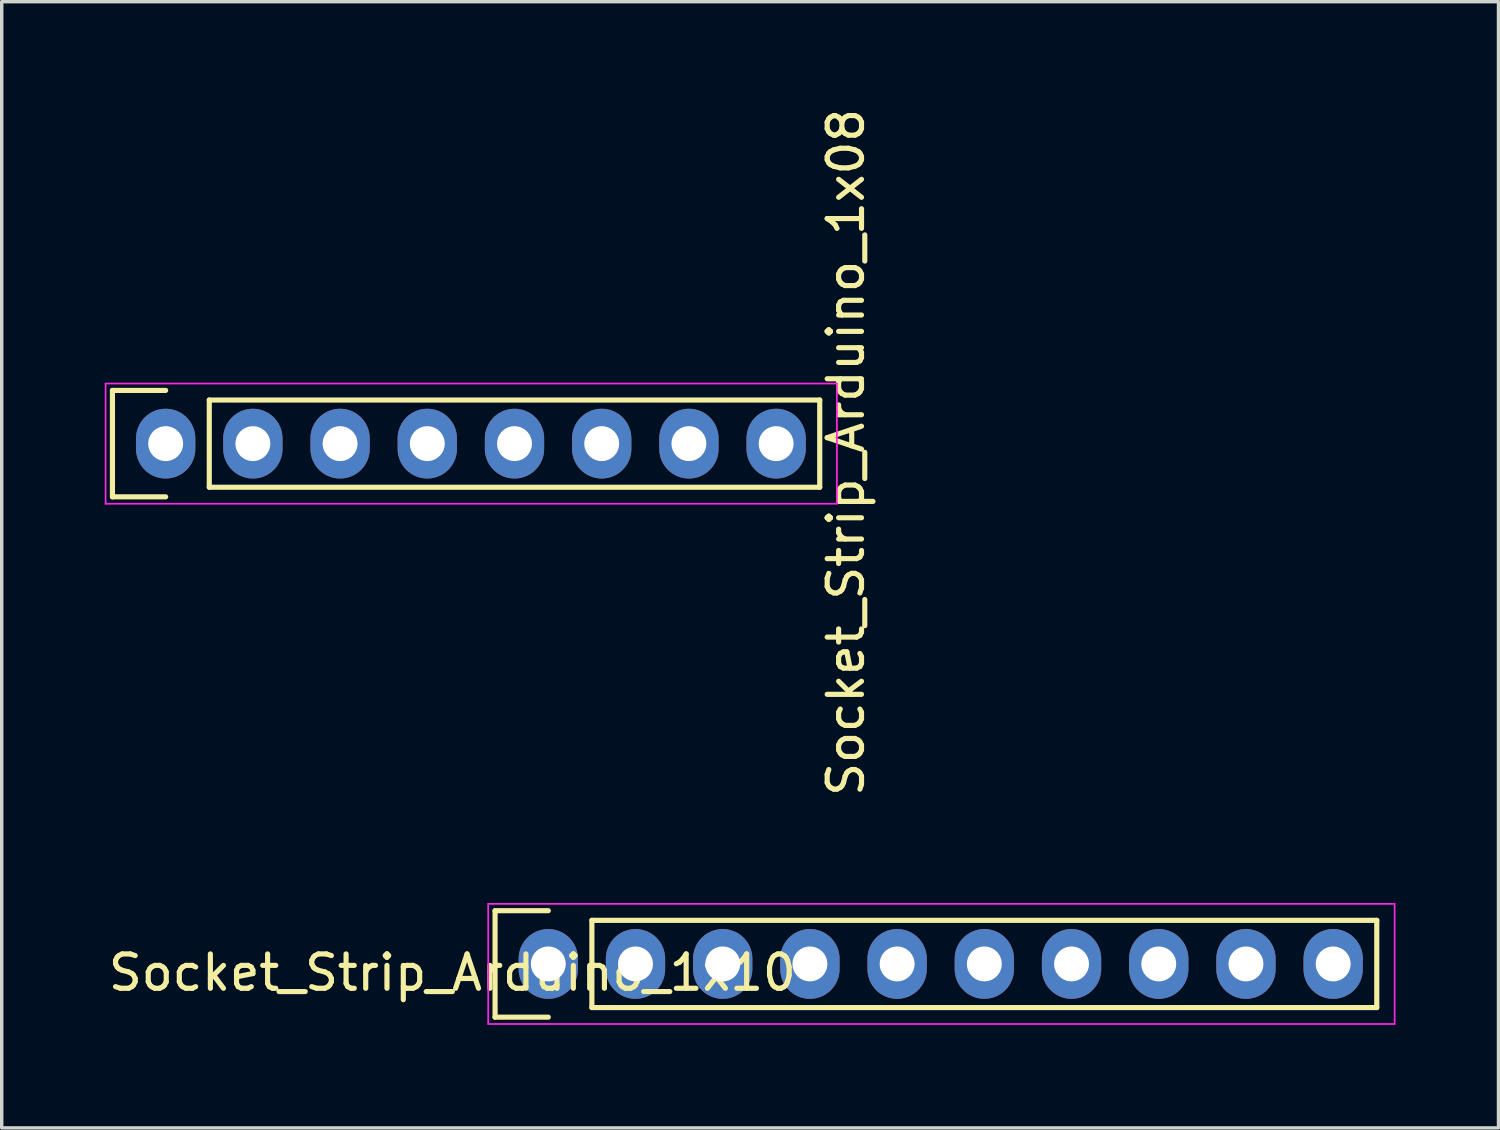
<source format=kicad_pcb>
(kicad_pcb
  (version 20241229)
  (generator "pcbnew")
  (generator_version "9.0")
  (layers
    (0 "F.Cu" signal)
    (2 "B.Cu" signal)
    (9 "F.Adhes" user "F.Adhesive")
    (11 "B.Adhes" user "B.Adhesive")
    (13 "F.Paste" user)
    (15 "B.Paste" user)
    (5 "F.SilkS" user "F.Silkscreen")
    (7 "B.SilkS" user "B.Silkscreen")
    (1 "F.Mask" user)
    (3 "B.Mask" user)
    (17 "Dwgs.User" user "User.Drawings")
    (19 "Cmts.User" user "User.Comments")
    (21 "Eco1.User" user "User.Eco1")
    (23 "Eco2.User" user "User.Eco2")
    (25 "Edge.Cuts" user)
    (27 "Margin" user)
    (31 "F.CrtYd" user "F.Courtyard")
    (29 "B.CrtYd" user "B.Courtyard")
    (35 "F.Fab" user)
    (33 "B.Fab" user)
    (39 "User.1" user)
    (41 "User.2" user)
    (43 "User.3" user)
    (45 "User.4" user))
  (footprint "Socket_Strip_Arduino_1x08"
    (layer "F.Cu")
    (at 1.775 9.871)
    (property "Reference" "Socket_Strip_Arduino_1x08" (at 19.812 0.254 270) (layer "F.SilkS") (effects (font (size 1 1) (thickness 0.15))))
    (attr through_hole)
    (fp_line (start -1.55 -1.55) (end -1.55 1.55) (stroke (width 0.15) (type solid)) (layer "F.SilkS"))
    (fp_line (start -1.55 1.55) (end 0 1.55) (stroke (width 0.15) (type solid)) (layer "F.SilkS"))
    (fp_line (start 0 -1.55) (end -1.55 -1.55) (stroke (width 0.15) (type solid)) (layer "F.SilkS"))
    (fp_line (start 1.27 1.27) (end 1.27 -1.27) (stroke (width 0.15) (type solid)) (layer "F.SilkS"))
    (fp_line (start 1.27 1.27) (end 19.05 1.27) (stroke (width 0.15) (type solid)) (layer "F.SilkS"))
    (fp_line (start 19.05 -1.27) (end 1.27 -1.27) (stroke (width 0.15) (type solid)) (layer "F.SilkS"))
    (fp_line (start 19.05 1.27) (end 19.05 -1.27) (stroke (width 0.15) (type solid)) (layer "F.SilkS"))
    (fp_line (start -1.75 -1.75) (end -1.75 1.75) (stroke (width 0.05) (type solid)) (layer "F.CrtYd"))
    (fp_line (start -1.75 -1.75) (end 19.55 -1.75) (stroke (width 0.05) (type solid)) (layer "F.CrtYd"))
    (fp_line (start -1.75 1.75) (end 19.55 1.75) (stroke (width 0.05) (type solid)) (layer "F.CrtYd"))
    (fp_line (start 19.55 -1.75) (end 19.55 1.75) (stroke (width 0.05) (type solid)) (layer "F.CrtYd"))
    (pad "1" thru_hole oval (at 0 0) (size 1.727 2.032) (drill 1.016) (layers "*.Cu" "*.Mask"))
    (pad "2" thru_hole oval (at 2.54 0) (size 1.727 2.032) (drill 1.016) (layers "*.Cu" "*.Mask"))
    (pad "3" thru_hole oval (at 5.08 0) (size 1.727 2.032) (drill 1.016) (layers "*.Cu" "*.Mask"))
    (pad "4" thru_hole oval (at 7.62 0) (size 1.727 2.032) (drill 1.016) (layers "*.Cu" "*.Mask"))
    (pad "5" thru_hole oval (at 10.16 0) (size 1.727 2.032) (drill 1.016) (layers "*.Cu" "*.Mask"))
    (pad "6" thru_hole oval (at 12.7 0) (size 1.727 2.032) (drill 1.016) (layers "*.Cu" "*.Mask"))
    (pad "7" thru_hole oval (at 15.24 0) (size 1.727 2.032) (drill 1.016) (layers "*.Cu" "*.Mask"))
    (pad "8" thru_hole oval (at 17.78 0) (size 1.727 2.032) (drill 1.016) (layers "*.Cu" "*.Mask")))
  (footprint "Socket_Strip_Arduino_1x10"
    (layer "F.Cu")
    (at 12.919 25.025)
    (property "Reference" "Socket_Strip_Arduino_1x10" (at -2.794 0.254 0) (layer "F.SilkS") (effects (font (size 1 1) (thickness 0.15))))
    (attr through_hole)
    (fp_line (start -1.55 -1.55) (end -1.55 1.55) (stroke (width 0.15) (type solid)) (layer "F.SilkS"))
    (fp_line (start -1.55 1.55) (end 0 1.55) (stroke (width 0.15) (type solid)) (layer "F.SilkS"))
    (fp_line (start 0 -1.55) (end -1.55 -1.55) (stroke (width 0.15) (type solid)) (layer "F.SilkS"))
    (fp_line (start 1.27 1.27) (end 1.27 -1.27) (stroke (width 0.15) (type solid)) (layer "F.SilkS"))
    (fp_line (start 1.27 1.27) (end 24.13 1.27) (stroke (width 0.15) (type solid)) (layer "F.SilkS"))
    (fp_line (start 24.13 -1.27) (end 1.27 -1.27) (stroke (width 0.15) (type solid)) (layer "F.SilkS"))
    (fp_line (start 24.13 1.27) (end 24.13 -1.27) (stroke (width 0.15) (type solid)) (layer "F.SilkS"))
    (fp_line (start -1.75 -1.75) (end -1.75 1.75) (stroke (width 0.05) (type solid)) (layer "F.CrtYd"))
    (fp_line (start -1.75 -1.75) (end 24.65 -1.75) (stroke (width 0.05) (type solid)) (layer "F.CrtYd"))
    (fp_line (start -1.75 1.75) (end 24.65 1.75) (stroke (width 0.05) (type solid)) (layer "F.CrtYd"))
    (fp_line (start 24.65 -1.75) (end 24.65 1.75) (stroke (width 0.05) (type solid)) (layer "F.CrtYd"))
    (pad "1" thru_hole oval (at 0 0) (size 1.727 2.032) (drill 1.016) (layers "*.Cu" "*.Mask"))
    (pad "2" thru_hole oval (at 2.54 0) (size 1.727 2.032) (drill 1.016) (layers "*.Cu" "*.Mask"))
    (pad "3" thru_hole oval (at 5.08 0) (size 1.727 2.032) (drill 1.016) (layers "*.Cu" "*.Mask"))
    (pad "4" thru_hole oval (at 7.62 0) (size 1.727 2.032) (drill 1.016) (layers "*.Cu" "*.Mask"))
    (pad "5" thru_hole oval (at 10.16 0) (size 1.727 2.032) (drill 1.016) (layers "*.Cu" "*.Mask"))
    (pad "6" thru_hole oval (at 12.7 0) (size 1.727 2.032) (drill 1.016) (layers "*.Cu" "*.Mask"))
    (pad "7" thru_hole oval (at 15.24 0) (size 1.727 2.032) (drill 1.016) (layers "*.Cu" "*.Mask"))
    (pad "8" thru_hole oval (at 17.78 0) (size 1.727 2.032) (drill 1.016) (layers "*.Cu" "*.Mask"))
    (pad "9" thru_hole oval (at 20.32 0) (size 1.727 2.032) (drill 1.016) (layers "*.Cu" "*.Mask"))
    (pad "10" thru_hole oval (at 22.86 0) (size 1.727 2.032) (drill 1.016) (layers "*.Cu" "*.Mask")))
  (gr_rect
    (start -3 -3)
    (end 40.594 29.8)
    (stroke (width 0.1) (type default))
    (fill no)
    (layer "Edge.Cuts")))
</source>
